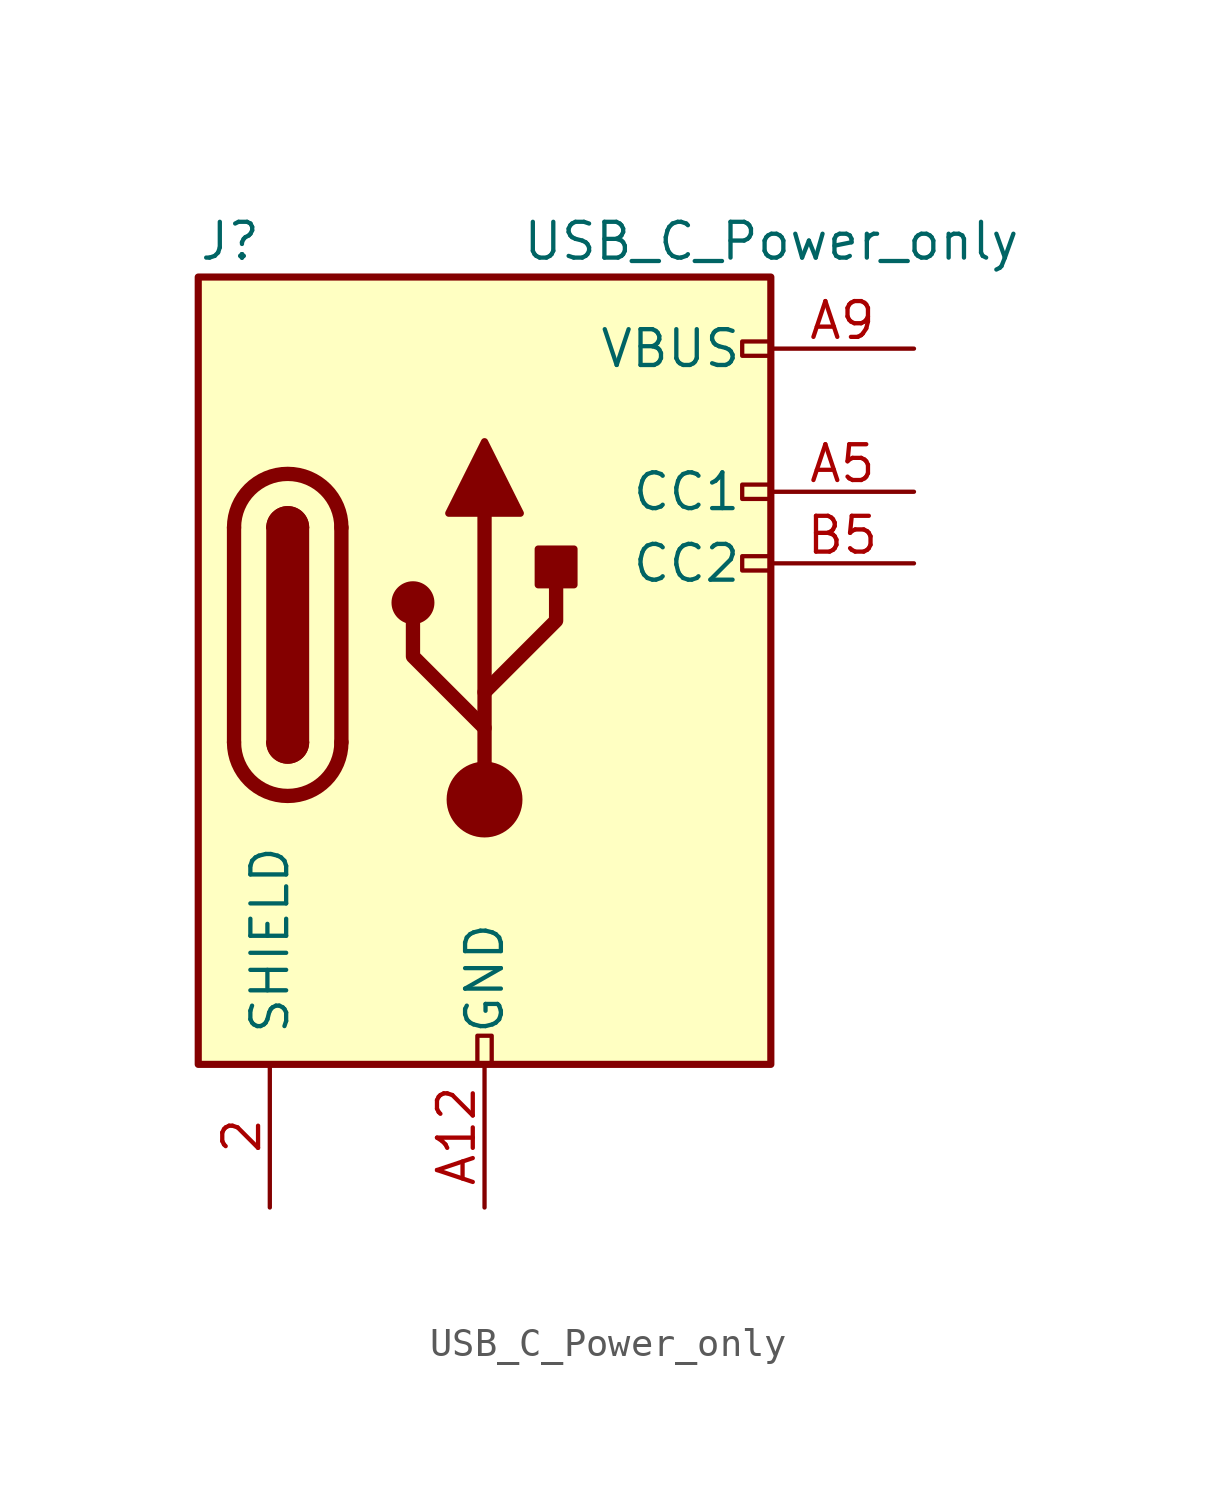
<source format=kicad_sym>
(kicad_symbol_lib
  (version 20211014)
  (generator kicad_symbol_editor)
  (symbol "USB_C_Power_only"
    (pin_names
      (offset 1.016))
    (property "Reference" "J"
      (at -10.16 19.05 0)
      (effects (font (size 1.27 1.27)) (justify left)))
    (property "Value" "USB_C_Power_only"
      (at 19.05 19.05 0)
      (effects (font (size 1.27 1.27)) (justify right)))
    (symbol "USB_C_Power_only_0_0"
      (rectangle (start -0.254 -10.16) (end 0.254 -9.144) (stroke (width 0) (type default) (color 0 0 0 0)) (fill (type none)))
      (rectangle (start 10.16 7.874) (end 9.144 7.366) (stroke (width 0) (type default) (color 0 0 0 0)) (fill (type none)))
      (rectangle (start 10.16 10.414) (end 9.144 9.906) (stroke (width 0) (type default) (color 0 0 0 0)) (fill (type none)))
      (rectangle (start 10.16 15.494) (end 9.144 14.986) (stroke (width 0) (type default) (color 0 0 0 0)) (fill (type none))))
    (symbol "USB_C_Power_only_0_1"
      (rectangle (start -10.16 17.78) (end 10.16 -10.16) (stroke (width 0.254) (type default) (color 0 0 0 0)) (fill (type background)))
      (arc (start -8.89 1.27) (mid -6.985 -0.635) (end -5.08 1.27) (stroke (width 0.508) (type default) (color 0 0 0 0)) (fill (type none)))
      (arc (start -7.62 1.27) (mid -6.985 0.635) (end -6.35 1.27) (stroke (width 0.254) (type default) (color 0 0 0 0)) (fill (type none)))
      (arc (start -7.62 1.27) (mid -6.985 0.635) (end -6.35 1.27) (stroke (width 0.254) (type default) (color 0 0 0 0)) (fill (type outline)))
      (rectangle (start -7.62 1.27) (end -6.35 8.89) (stroke (width 0.254) (type default) (color 0 0 0 0)) (fill (type outline)))
      (arc (start -6.35 8.89) (mid -6.985 9.525) (end -7.62 8.89) (stroke (width 0.254) (type default) (color 0 0 0 0)) (fill (type none)))
      (arc (start -6.35 8.89) (mid -6.985 9.525) (end -7.62 8.89) (stroke (width 0.254) (type default) (color 0 0 0 0)) (fill (type outline)))
      (arc (start -5.08 8.89) (mid -6.985 10.795) (end -8.89 8.89) (stroke (width 0.508) (type default) (color 0 0 0 0)) (fill (type none)))
      (circle (center -2.54 6.223) (radius 0.635) (stroke (width 0.254) (type default) (color 0 0 0 0)) (fill (type outline)))
      (circle (center 0 -0.762) (radius 1.27) (stroke (width 0) (type default) (color 0 0 0 0)) (fill (type outline)))
      (polyline (pts (xy -8.89 1.27) (xy -8.89 8.89)) (stroke (width 0.508) (type default) (color 0 0 0 0)) (fill (type none)))
      (polyline (pts (xy -5.08 8.89) (xy -5.08 1.27)) (stroke (width 0.508) (type default) (color 0 0 0 0)) (fill (type none)))
      (polyline (pts (xy 0 -0.762) (xy 0 9.398)) (stroke (width 0.508) (type default) (color 0 0 0 0)) (fill (type none)))
      (polyline (pts (xy 0 1.778) (xy -2.54 4.318) (xy -2.54 5.588)) (stroke (width 0.508) (type default) (color 0 0 0 0)) (fill (type none)))
      (polyline (pts (xy 0 3.048) (xy 2.54 5.588) (xy 2.54 6.858)) (stroke (width 0.508) (type default) (color 0 0 0 0)) (fill (type none)))
      (polyline (pts (xy -1.27 9.398) (xy 0 11.938) (xy 1.27 9.398) (xy -1.27 9.398)) (stroke (width 0.254) (type default) (color 0 0 0 0)) (fill (type outline)))
      (rectangle (start 1.905 6.858) (end 3.175 8.128) (stroke (width 0.254) (type default) (color 0 0 0 0)) (fill (type outline))))
    (symbol "USB_C_Power_only_1_1"
      (pin passive line (at -7.62 -15.24 90) (length 5.08) (name "SHIELD" (effects (font (size 1.27 1.27)))) (number "2" (effects (font (size 1.27 1.27)))))
      (pin passive line (at 0 -15.24 90) (length 5.08) (name "GND" (effects (font (size 1.27 1.27)))) (number "A12" (effects (font (size 1.27 1.27)))))
      (pin bidirectional line (at 15.24 10.16 180) (length 5.08) (name "CC1" (effects (font (size 1.27 1.27)))) (number "A5" (effects (font (size 1.27 1.27)))))
      (pin passive line (at 15.24 15.24 180) (length 5.08) (name "VBUS" (effects (font (size 1.27 1.27)))) (number "A9" (effects (font (size 1.27 1.27)))))
      (pin passive line (at 0 -15.24 90) (length 5.08) hide (name "GND" (effects (font (size 1.27 1.27)))) (number "B12" (effects (font (size 1.27 1.27)))))
      (pin bidirectional line (at 15.24 7.62 180) (length 5.08) (name "CC2" (effects (font (size 1.27 1.27)))) (number "B5" (effects (font (size 1.27 1.27)))))
      (pin passive line (at 15.24 15.24 180) (length 5.08) hide (name "VBUS" (effects (font (size 1.27 1.27)))) (number "B9" (effects (font (size 1.27 1.27))))))))
</source>
